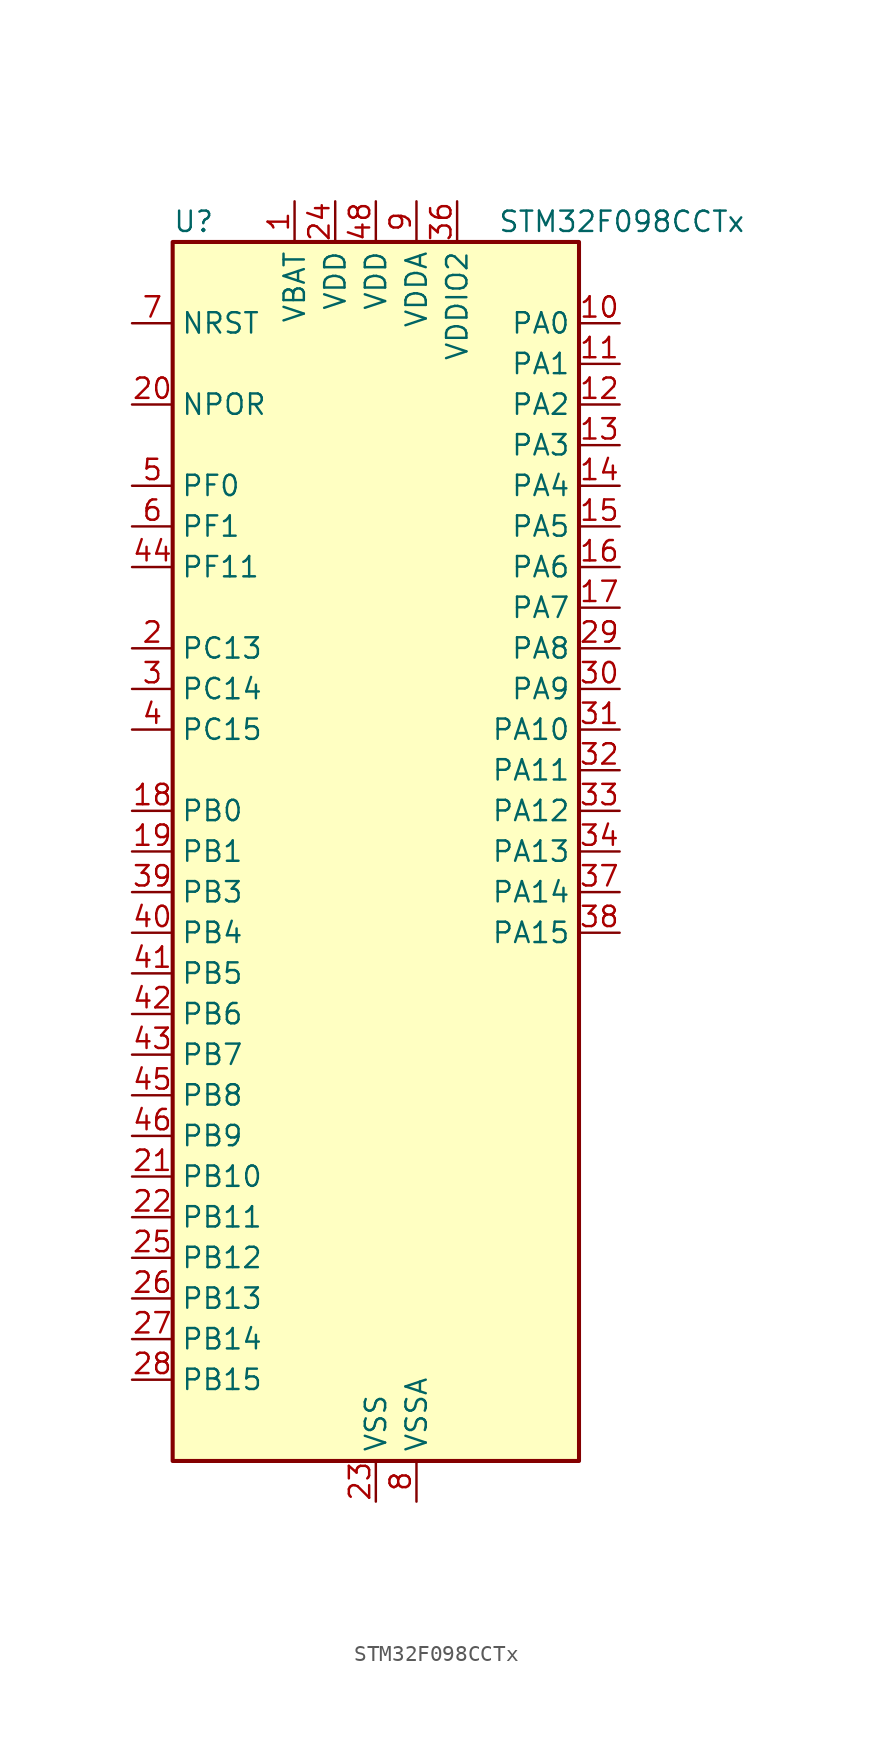
<source format=kicad_sym>
(kicad_symbol_lib
  (version 20241209)
  (generator "kicad_symbol_editor")
  (generator_version "9.0")
  (symbol "STM32F098CCTx"
    (property "Reference" "U"
      (at -12.7 39.37 0)
      (effects (font (size 1.27 1.27)) (justify left)))
    (property "Value" "STM32F098CCTx"
      (at 7.62 39.37 0)
      (effects (font (size 1.27 1.27)) (justify left)))
    (symbol "STM32F098CCTx_0_1"
      (rectangle (start -12.7 -38.1) (end 12.7 38.1) (stroke (width 0.254) (type default)) (fill (type background))))
    (symbol "STM32F098CCTx_1_1"
      (pin input line (at -15.24 33.02 0) (length 2.54) (name "NRST" (effects (font (size 1.27 1.27)))) (number "7" (effects (font (size 1.27 1.27)))))
      (pin input line (at -15.24 27.94 0) (length 2.54) (name "NPOR" (effects (font (size 1.27 1.27)))) (number "20" (effects (font (size 1.27 1.27)))))
      (pin bidirectional line (at -15.24 22.86 0) (length 2.54) (name "PF0" (effects (font (size 1.27 1.27)))) (number "5" (effects (font (size 1.27 1.27)))) (alternate "CRS_SYNC" bidirectional line) (alternate "I2C1_SDA" bidirectional line) (alternate "RCC_OSC_IN" bidirectional line))
      (pin bidirectional line (at -15.24 20.32 0) (length 2.54) (name "PF1" (effects (font (size 1.27 1.27)))) (number "6" (effects (font (size 1.27 1.27)))) (alternate "I2C1_SCL" bidirectional line) (alternate "RCC_OSC_OUT" bidirectional line))
      (pin bidirectional line (at -15.24 17.78 0) (length 2.54) (name "PF11" (effects (font (size 1.27 1.27)))) (number "44" (effects (font (size 1.27 1.27)))))
      (pin bidirectional line (at -15.24 12.7 0) (length 2.54) (name "PC13" (effects (font (size 1.27 1.27)))) (number "2" (effects (font (size 1.27 1.27)))) (alternate "RTC_OUT_ALARM" bidirectional line) (alternate "RTC_OUT_CALIB" bidirectional line) (alternate "RTC_TAMP1" bidirectional line) (alternate "RTC_TS" bidirectional line) (alternate "SYS_WKUP2" bidirectional line))
      (pin bidirectional line (at -15.24 10.16 0) (length 2.54) (name "PC14" (effects (font (size 1.27 1.27)))) (number "3" (effects (font (size 1.27 1.27)))) (alternate "RCC_OSC32_IN" bidirectional line))
      (pin bidirectional line (at -15.24 7.62 0) (length 2.54) (name "PC15" (effects (font (size 1.27 1.27)))) (number "4" (effects (font (size 1.27 1.27)))) (alternate "RCC_OSC32_OUT" bidirectional line))
      (pin bidirectional line (at -15.24 2.54 0) (length 2.54) (name "PB0" (effects (font (size 1.27 1.27)))) (number "18" (effects (font (size 1.27 1.27)))) (alternate "ADC_IN8" bidirectional line) (alternate "TIM1_CH2N" bidirectional line) (alternate "TIM3_CH3" bidirectional line) (alternate "TSC_G3_IO2" bidirectional line) (alternate "USART3_CK" bidirectional line))
      (pin bidirectional line (at -15.24 0 0) (length 2.54) (name "PB1" (effects (font (size 1.27 1.27)))) (number "19" (effects (font (size 1.27 1.27)))) (alternate "ADC_IN9" bidirectional line) (alternate "TIM14_CH1" bidirectional line) (alternate "TIM1_CH3N" bidirectional line) (alternate "TIM3_CH4" bidirectional line) (alternate "TSC_G3_IO3" bidirectional line) (alternate "USART3_DE" bidirectional line) (alternate "USART3_RTS" bidirectional line))
      (pin bidirectional line (at -15.24 -2.54 0) (length 2.54) (name "PB3" (effects (font (size 1.27 1.27)))) (number "39" (effects (font (size 1.27 1.27)))) (alternate "I2S1_CK" bidirectional line) (alternate "SPI1_SCK" bidirectional line) (alternate "TIM2_CH2" bidirectional line) (alternate "TSC_G5_IO1" bidirectional line) (alternate "USART5_TX" bidirectional line))
      (pin bidirectional line (at -15.24 -5.08 0) (length 2.54) (name "PB4" (effects (font (size 1.27 1.27)))) (number "40" (effects (font (size 1.27 1.27)))) (alternate "I2S1_MCK" bidirectional line) (alternate "SPI1_MISO" bidirectional line) (alternate "TIM17_BKIN" bidirectional line) (alternate "TIM3_CH1" bidirectional line) (alternate "TSC_G5_IO2" bidirectional line) (alternate "USART5_RX" bidirectional line))
      (pin bidirectional line (at -15.24 -7.62 0) (length 2.54) (name "PB5" (effects (font (size 1.27 1.27)))) (number "41" (effects (font (size 1.27 1.27)))) (alternate "I2C1_SMBA" bidirectional line) (alternate "I2S1_SD" bidirectional line) (alternate "SPI1_MOSI" bidirectional line) (alternate "SYS_WKUP6" bidirectional line) (alternate "TIM16_BKIN" bidirectional line) (alternate "TIM3_CH2" bidirectional line) (alternate "USART5_CK" bidirectional line) (alternate "USART5_DE" bidirectional line) (alternate "USART5_RTS" bidirectional line))
      (pin bidirectional line (at -15.24 -10.16 0) (length 2.54) (name "PB6" (effects (font (size 1.27 1.27)))) (number "42" (effects (font (size 1.27 1.27)))) (alternate "I2C1_SCL" bidirectional line) (alternate "TIM16_CH1N" bidirectional line) (alternate "TSC_G5_IO3" bidirectional line) (alternate "USART1_TX" bidirectional line))
      (pin bidirectional line (at -15.24 -12.7 0) (length 2.54) (name "PB7" (effects (font (size 1.27 1.27)))) (number "43" (effects (font (size 1.27 1.27)))) (alternate "I2C1_SDA" bidirectional line) (alternate "TIM17_CH1N" bidirectional line) (alternate "TSC_G5_IO4" bidirectional line) (alternate "USART1_RX" bidirectional line) (alternate "USART4_CTS" bidirectional line))
      (pin bidirectional line (at -15.24 -15.24 0) (length 2.54) (name "PB8" (effects (font (size 1.27 1.27)))) (number "45" (effects (font (size 1.27 1.27)))) (alternate "CAN_RX" bidirectional line) (alternate "CEC" bidirectional line) (alternate "I2C1_SCL" bidirectional line) (alternate "TIM16_CH1" bidirectional line) (alternate "TSC_SYNC" bidirectional line))
      (pin bidirectional line (at -15.24 -17.78 0) (length 2.54) (name "PB9" (effects (font (size 1.27 1.27)))) (number "46" (effects (font (size 1.27 1.27)))) (alternate "CAN_TX" bidirectional line) (alternate "DAC_EXTI9" bidirectional line) (alternate "I2C1_SDA" bidirectional line) (alternate "I2S2_WS" bidirectional line) (alternate "IR_OUT" bidirectional line) (alternate "SPI2_NSS" bidirectional line) (alternate "TIM17_CH1" bidirectional line))
      (pin bidirectional line (at -15.24 -20.32 0) (length 2.54) (name "PB10" (effects (font (size 1.27 1.27)))) (number "21" (effects (font (size 1.27 1.27)))) (alternate "CEC" bidirectional line) (alternate "I2C2_SCL" bidirectional line) (alternate "I2S2_CK" bidirectional line) (alternate "SPI2_SCK" bidirectional line) (alternate "TIM2_CH3" bidirectional line) (alternate "TSC_SYNC" bidirectional line) (alternate "USART3_TX" bidirectional line))
      (pin bidirectional line (at -15.24 -22.86 0) (length 2.54) (name "PB11" (effects (font (size 1.27 1.27)))) (number "22" (effects (font (size 1.27 1.27)))) (alternate "I2C2_SDA" bidirectional line) (alternate "TIM2_CH4" bidirectional line) (alternate "TSC_G6_IO1" bidirectional line) (alternate "USART3_RX" bidirectional line))
      (pin bidirectional line (at -15.24 -25.4 0) (length 2.54) (name "PB12" (effects (font (size 1.27 1.27)))) (number "25" (effects (font (size 1.27 1.27)))) (alternate "I2S2_WS" bidirectional line) (alternate "SPI2_NSS" bidirectional line) (alternate "TIM15_BKIN" bidirectional line) (alternate "TIM1_BKIN" bidirectional line) (alternate "TSC_G6_IO2" bidirectional line) (alternate "USART3_CK" bidirectional line))
      (pin bidirectional line (at -15.24 -27.94 0) (length 2.54) (name "PB13" (effects (font (size 1.27 1.27)))) (number "26" (effects (font (size 1.27 1.27)))) (alternate "I2C2_SCL" bidirectional line) (alternate "I2S2_CK" bidirectional line) (alternate "SPI2_SCK" bidirectional line) (alternate "TIM1_CH1N" bidirectional line) (alternate "TSC_G6_IO3" bidirectional line) (alternate "USART3_CTS" bidirectional line))
      (pin bidirectional line (at -15.24 -30.48 0) (length 2.54) (name "PB14" (effects (font (size 1.27 1.27)))) (number "27" (effects (font (size 1.27 1.27)))) (alternate "I2C2_SDA" bidirectional line) (alternate "I2S2_MCK" bidirectional line) (alternate "SPI2_MISO" bidirectional line) (alternate "TIM15_CH1" bidirectional line) (alternate "TIM1_CH2N" bidirectional line) (alternate "TSC_G6_IO4" bidirectional line) (alternate "USART3_DE" bidirectional line) (alternate "USART3_RTS" bidirectional line))
      (pin bidirectional line (at -15.24 -33.02 0) (length 2.54) (name "PB15" (effects (font (size 1.27 1.27)))) (number "28" (effects (font (size 1.27 1.27)))) (alternate "I2S2_SD" bidirectional line) (alternate "RTC_REFIN" bidirectional line) (alternate "SPI2_MOSI" bidirectional line) (alternate "SYS_WKUP7" bidirectional line) (alternate "TIM15_CH1N" bidirectional line) (alternate "TIM15_CH2" bidirectional line) (alternate "TIM1_CH3N" bidirectional line))
      (pin power_in line (at -5.08 40.64 270) (length 2.54) (name "VBAT" (effects (font (size 1.27 1.27)))) (number "1" (effects (font (size 1.27 1.27)))))
      (pin power_in line (at -2.54 40.64 270) (length 2.54) (name "VDD" (effects (font (size 1.27 1.27)))) (number "24" (effects (font (size 1.27 1.27)))))
      (pin power_in line (at 0 40.64 270) (length 2.54) (name "VDD" (effects (font (size 1.27 1.27)))) (number "48" (effects (font (size 1.27 1.27)))))
      (pin power_in line (at 0 -40.64 90) (length 2.54) (name "VSS" (effects (font (size 1.27 1.27)))) (number "23" (effects (font (size 1.27 1.27)))))
      (pin passive line (at 0 -40.64 90) (length 2.54) (hide yes) (name "VSS" (effects (font (size 1.27 1.27)))) (number "35" (effects (font (size 1.27 1.27)))))
      (pin passive line (at 0 -40.64 90) (length 2.54) (hide yes) (name "VSS" (effects (font (size 1.27 1.27)))) (number "47" (effects (font (size 1.27 1.27)))))
      (pin power_in line (at 2.54 40.64 270) (length 2.54) (name "VDDA" (effects (font (size 1.27 1.27)))) (number "9" (effects (font (size 1.27 1.27)))))
      (pin power_in line (at 2.54 -40.64 90) (length 2.54) (name "VSSA" (effects (font (size 1.27 1.27)))) (number "8" (effects (font (size 1.27 1.27)))))
      (pin power_in line (at 5.08 40.64 270) (length 2.54) (name "VDDIO2" (effects (font (size 1.27 1.27)))) (number "36" (effects (font (size 1.27 1.27)))))
      (pin bidirectional line (at 15.24 33.02 180) (length 2.54) (name "PA0" (effects (font (size 1.27 1.27)))) (number "10" (effects (font (size 1.27 1.27)))) (alternate "ADC_IN0" bidirectional line) (alternate "COMP1_INM" bidirectional line) (alternate "COMP1_OUT" bidirectional line) (alternate "RTC_TAMP2" bidirectional line) (alternate "SYS_WKUP1" bidirectional line) (alternate "TIM2_CH1" bidirectional line) (alternate "TIM2_ETR" bidirectional line) (alternate "TSC_G1_IO1" bidirectional line) (alternate "USART2_CTS" bidirectional line) (alternate "USART4_TX" bidirectional line))
      (pin bidirectional line (at 15.24 30.48 180) (length 2.54) (name "PA1" (effects (font (size 1.27 1.27)))) (number "11" (effects (font (size 1.27 1.27)))) (alternate "ADC_IN1" bidirectional line) (alternate "COMP1_INP" bidirectional line) (alternate "TIM15_CH1N" bidirectional line) (alternate "TIM2_CH2" bidirectional line) (alternate "TSC_G1_IO2" bidirectional line) (alternate "USART2_DE" bidirectional line) (alternate "USART2_RTS" bidirectional line) (alternate "USART4_RX" bidirectional line))
      (pin bidirectional line (at 15.24 27.94 180) (length 2.54) (name "PA2" (effects (font (size 1.27 1.27)))) (number "12" (effects (font (size 1.27 1.27)))) (alternate "ADC_IN2" bidirectional line) (alternate "COMP2_INM" bidirectional line) (alternate "COMP2_OUT" bidirectional line) (alternate "SYS_WKUP4" bidirectional line) (alternate "TIM15_CH1" bidirectional line) (alternate "TIM2_CH3" bidirectional line) (alternate "TSC_G1_IO3" bidirectional line) (alternate "USART2_TX" bidirectional line))
      (pin bidirectional line (at 15.24 25.4 180) (length 2.54) (name "PA3" (effects (font (size 1.27 1.27)))) (number "13" (effects (font (size 1.27 1.27)))) (alternate "ADC_IN3" bidirectional line) (alternate "COMP2_INP" bidirectional line) (alternate "TIM15_CH2" bidirectional line) (alternate "TIM2_CH4" bidirectional line) (alternate "TSC_G1_IO4" bidirectional line) (alternate "USART2_RX" bidirectional line))
      (pin bidirectional line (at 15.24 22.86 180) (length 2.54) (name "PA4" (effects (font (size 1.27 1.27)))) (number "14" (effects (font (size 1.27 1.27)))) (alternate "ADC_IN4" bidirectional line) (alternate "COMP1_INM" bidirectional line) (alternate "COMP2_INM" bidirectional line) (alternate "DAC_OUT1" bidirectional line) (alternate "I2S1_WS" bidirectional line) (alternate "SPI1_NSS" bidirectional line) (alternate "TIM14_CH1" bidirectional line) (alternate "TSC_G2_IO1" bidirectional line) (alternate "USART2_CK" bidirectional line) (alternate "USART6_TX" bidirectional line))
      (pin bidirectional line (at 15.24 20.32 180) (length 2.54) (name "PA5" (effects (font (size 1.27 1.27)))) (number "15" (effects (font (size 1.27 1.27)))) (alternate "ADC_IN5" bidirectional line) (alternate "CEC" bidirectional line) (alternate "COMP1_INM" bidirectional line) (alternate "COMP2_INM" bidirectional line) (alternate "DAC_OUT2" bidirectional line) (alternate "I2S1_CK" bidirectional line) (alternate "SPI1_SCK" bidirectional line) (alternate "TIM2_CH1" bidirectional line) (alternate "TIM2_ETR" bidirectional line) (alternate "TSC_G2_IO2" bidirectional line) (alternate "USART6_RX" bidirectional line))
      (pin bidirectional line (at 15.24 17.78 180) (length 2.54) (name "PA6" (effects (font (size 1.27 1.27)))) (number "16" (effects (font (size 1.27 1.27)))) (alternate "ADC_IN6" bidirectional line) (alternate "COMP1_OUT" bidirectional line) (alternate "I2S1_MCK" bidirectional line) (alternate "SPI1_MISO" bidirectional line) (alternate "TIM16_CH1" bidirectional line) (alternate "TIM1_BKIN" bidirectional line) (alternate "TIM3_CH1" bidirectional line) (alternate "TSC_G2_IO3" bidirectional line) (alternate "USART3_CTS" bidirectional line))
      (pin bidirectional line (at 15.24 15.24 180) (length 2.54) (name "PA7" (effects (font (size 1.27 1.27)))) (number "17" (effects (font (size 1.27 1.27)))) (alternate "ADC_IN7" bidirectional line) (alternate "COMP2_OUT" bidirectional line) (alternate "I2S1_SD" bidirectional line) (alternate "SPI1_MOSI" bidirectional line) (alternate "TIM14_CH1" bidirectional line) (alternate "TIM17_CH1" bidirectional line) (alternate "TIM1_CH1N" bidirectional line) (alternate "TIM3_CH2" bidirectional line) (alternate "TSC_G2_IO4" bidirectional line))
      (pin bidirectional line (at 15.24 12.7 180) (length 2.54) (name "PA8" (effects (font (size 1.27 1.27)))) (number "29" (effects (font (size 1.27 1.27)))) (alternate "CRS_SYNC" bidirectional line) (alternate "RCC_MCO" bidirectional line) (alternate "TIM1_CH1" bidirectional line) (alternate "USART1_CK" bidirectional line))
      (pin bidirectional line (at 15.24 10.16 180) (length 2.54) (name "PA9" (effects (font (size 1.27 1.27)))) (number "30" (effects (font (size 1.27 1.27)))) (alternate "DAC_EXTI9" bidirectional line) (alternate "I2C1_SCL" bidirectional line) (alternate "RCC_MCO" bidirectional line) (alternate "TIM15_BKIN" bidirectional line) (alternate "TIM1_CH2" bidirectional line) (alternate "TSC_G4_IO1" bidirectional line) (alternate "USART1_TX" bidirectional line))
      (pin bidirectional line (at 15.24 7.62 180) (length 2.54) (name "PA10" (effects (font (size 1.27 1.27)))) (number "31" (effects (font (size 1.27 1.27)))) (alternate "I2C1_SDA" bidirectional line) (alternate "TIM17_BKIN" bidirectional line) (alternate "TIM1_CH3" bidirectional line) (alternate "TSC_G4_IO2" bidirectional line) (alternate "USART1_RX" bidirectional line))
      (pin bidirectional line (at 15.24 5.08 180) (length 2.54) (name "PA11" (effects (font (size 1.27 1.27)))) (number "32" (effects (font (size 1.27 1.27)))) (alternate "CAN_RX" bidirectional line) (alternate "COMP1_OUT" bidirectional line) (alternate "I2C2_SCL" bidirectional line) (alternate "TIM1_CH4" bidirectional line) (alternate "TSC_G4_IO3" bidirectional line) (alternate "USART1_CTS" bidirectional line))
      (pin bidirectional line (at 15.24 2.54 180) (length 2.54) (name "PA12" (effects (font (size 1.27 1.27)))) (number "33" (effects (font (size 1.27 1.27)))) (alternate "CAN_TX" bidirectional line) (alternate "COMP2_OUT" bidirectional line) (alternate "I2C2_SDA" bidirectional line) (alternate "TIM1_ETR" bidirectional line) (alternate "TSC_G4_IO4" bidirectional line) (alternate "USART1_DE" bidirectional line) (alternate "USART1_RTS" bidirectional line))
      (pin bidirectional line (at 15.24 0 180) (length 2.54) (name "PA13" (effects (font (size 1.27 1.27)))) (number "34" (effects (font (size 1.27 1.27)))) (alternate "IR_OUT" bidirectional line) (alternate "SYS_SWDIO" bidirectional line))
      (pin bidirectional line (at 15.24 -2.54 180) (length 2.54) (name "PA14" (effects (font (size 1.27 1.27)))) (number "37" (effects (font (size 1.27 1.27)))) (alternate "SYS_SWCLK" bidirectional line) (alternate "USART2_TX" bidirectional line))
      (pin bidirectional line (at 15.24 -5.08 180) (length 2.54) (name "PA15" (effects (font (size 1.27 1.27)))) (number "38" (effects (font (size 1.27 1.27)))) (alternate "I2S1_WS" bidirectional line) (alternate "SPI1_NSS" bidirectional line) (alternate "TIM2_CH1" bidirectional line) (alternate "TIM2_ETR" bidirectional line) (alternate "USART2_RX" bidirectional line) (alternate "USART4_DE" bidirectional line) (alternate "USART4_RTS" bidirectional line)))))
</source>
